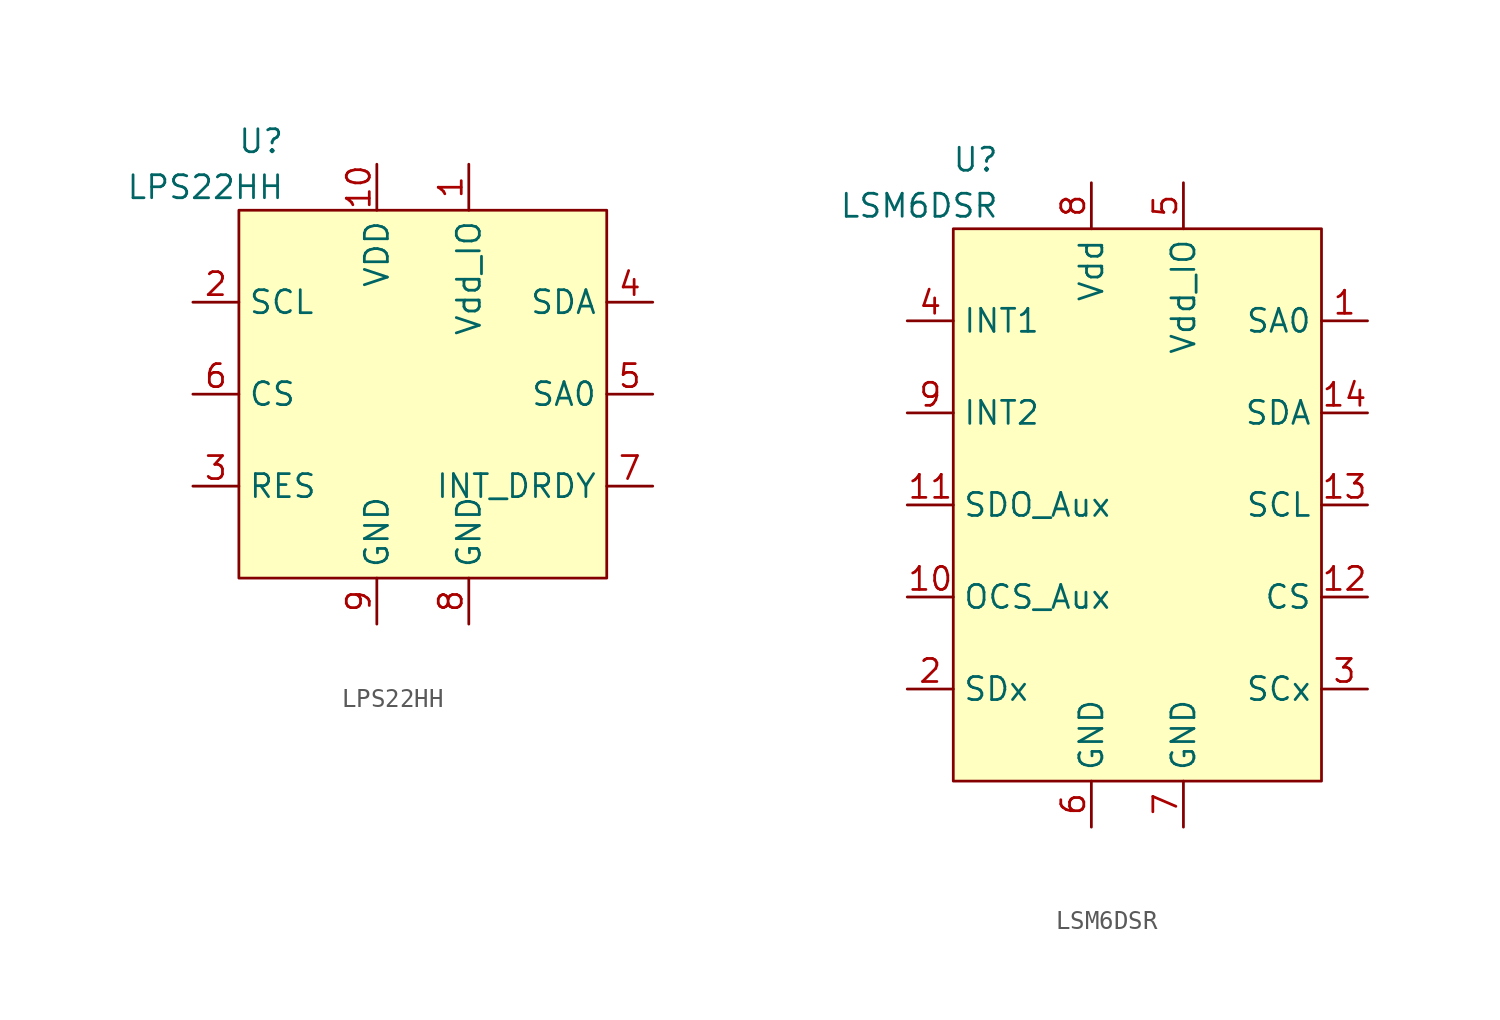
<source format=kicad_sym>
(kicad_symbol_lib
  (version 20220914)
  (generator kicad_symbol_editor)
  (symbol "LPS22HH"
    (property "Reference" "U"
      (at -7.62 13.97 0)
      (effects (font (size 1.27 1.27)) (justify right)))
    (property "Value" "LPS22HH"
      (at -7.62 11.43 0)
      (effects (font (size 1.27 1.27)) (justify right)))
    (symbol "LPS22HH_0_1"
      (rectangle (start -10.16 10.16) (end 10.16 -10.16) (stroke (width 0) (type default)) (fill (type background))))
    (symbol "LPS22HH_1_1"
      (pin unspecified line (at 2.54 12.7 270) (length 2.54) (name "Vdd_IO" (effects (font (size 1.27 1.27)))) (number "1" (effects (font (size 1.27 1.27)))))
      (pin unspecified line (at -2.54 12.7 270) (length 2.54) (name "VDD" (effects (font (size 1.27 1.27)))) (number "10" (effects (font (size 1.27 1.27)))))
      (pin unspecified line (at -12.7 5.08 0) (length 2.54) (name "SCL" (effects (font (size 1.27 1.27)))) (number "2" (effects (font (size 1.27 1.27)))))
      (pin unspecified line (at -12.7 -5.08 0) (length 2.54) (name "RES" (effects (font (size 1.27 1.27)))) (number "3" (effects (font (size 1.27 1.27)))))
      (pin unspecified line (at 12.7 5.08 180) (length 2.54) (name "SDA" (effects (font (size 1.27 1.27)))) (number "4" (effects (font (size 1.27 1.27)))))
      (pin unspecified line (at 12.7 0 180) (length 2.54) (name "SA0" (effects (font (size 1.27 1.27)))) (number "5" (effects (font (size 1.27 1.27)))))
      (pin unspecified line (at -12.7 0 0) (length 2.54) (name "CS" (effects (font (size 1.27 1.27)))) (number "6" (effects (font (size 1.27 1.27)))))
      (pin unspecified line (at 12.7 -5.08 180) (length 2.54) (name "INT_DRDY" (effects (font (size 1.27 1.27)))) (number "7" (effects (font (size 1.27 1.27)))))
      (pin unspecified line (at 2.54 -12.7 90) (length 2.54) (name "GND" (effects (font (size 1.27 1.27)))) (number "8" (effects (font (size 1.27 1.27)))))
      (pin unspecified line (at -2.54 -12.7 90) (length 2.54) (name "GND" (effects (font (size 1.27 1.27)))) (number "9" (effects (font (size 1.27 1.27)))))))
  (symbol "LSM6DSR"
    (property "Reference" "U"
      (at -7.62 19.05 0)
      (effects (font (size 1.27 1.27)) (justify right)))
    (property "Value" "LSM6DSR"
      (at -7.62 16.51 0)
      (effects (font (size 1.27 1.27)) (justify right)))
    (symbol "LSM6DSR_0_1"
      (rectangle (start -10.16 15.24) (end 10.16 -15.24) (stroke (width 0) (type default)) (fill (type background))))
    (symbol "LSM6DSR_1_1"
      (pin unspecified line (at 12.7 10.16 180) (length 2.54) (name "SA0" (effects (font (size 1.27 1.27)))) (number "1" (effects (font (size 1.27 1.27)))))
      (pin unspecified line (at -12.7 -5.08 0) (length 2.54) (name "OCS_Aux" (effects (font (size 1.27 1.27)))) (number "10" (effects (font (size 1.27 1.27)))))
      (pin unspecified line (at -12.7 0 0) (length 2.54) (name "SDO_Aux" (effects (font (size 1.27 1.27)))) (number "11" (effects (font (size 1.27 1.27)))))
      (pin unspecified line (at 12.7 -5.08 180) (length 2.54) (name "CS" (effects (font (size 1.27 1.27)))) (number "12" (effects (font (size 1.27 1.27)))))
      (pin unspecified line (at 12.7 0 180) (length 2.54) (name "SCL" (effects (font (size 1.27 1.27)))) (number "13" (effects (font (size 1.27 1.27)))))
      (pin unspecified line (at 12.7 5.08 180) (length 2.54) (name "SDA" (effects (font (size 1.27 1.27)))) (number "14" (effects (font (size 1.27 1.27)))))
      (pin unspecified line (at -12.7 -10.16 0) (length 2.54) (name "SDx" (effects (font (size 1.27 1.27)))) (number "2" (effects (font (size 1.27 1.27)))))
      (pin unspecified line (at 12.7 -10.16 180) (length 2.54) (name "SCx" (effects (font (size 1.27 1.27)))) (number "3" (effects (font (size 1.27 1.27)))))
      (pin unspecified line (at -12.7 10.16 0) (length 2.54) (name "INT1" (effects (font (size 1.27 1.27)))) (number "4" (effects (font (size 1.27 1.27)))))
      (pin unspecified line (at 2.54 17.78 270) (length 2.54) (name "Vdd_IO" (effects (font (size 1.27 1.27)))) (number "5" (effects (font (size 1.27 1.27)))))
      (pin unspecified line (at -2.54 -17.78 90) (length 2.54) (name "GND" (effects (font (size 1.27 1.27)))) (number "6" (effects (font (size 1.27 1.27)))))
      (pin unspecified line (at 2.54 -17.78 90) (length 2.54) (name "GND" (effects (font (size 1.27 1.27)))) (number "7" (effects (font (size 1.27 1.27)))))
      (pin unspecified line (at -2.54 17.78 270) (length 2.54) (name "Vdd" (effects (font (size 1.27 1.27)))) (number "8" (effects (font (size 1.27 1.27)))))
      (pin unspecified line (at -12.7 5.08 0) (length 2.54) (name "INT2" (effects (font (size 1.27 1.27)))) (number "9" (effects (font (size 1.27 1.27))))))))
</source>
